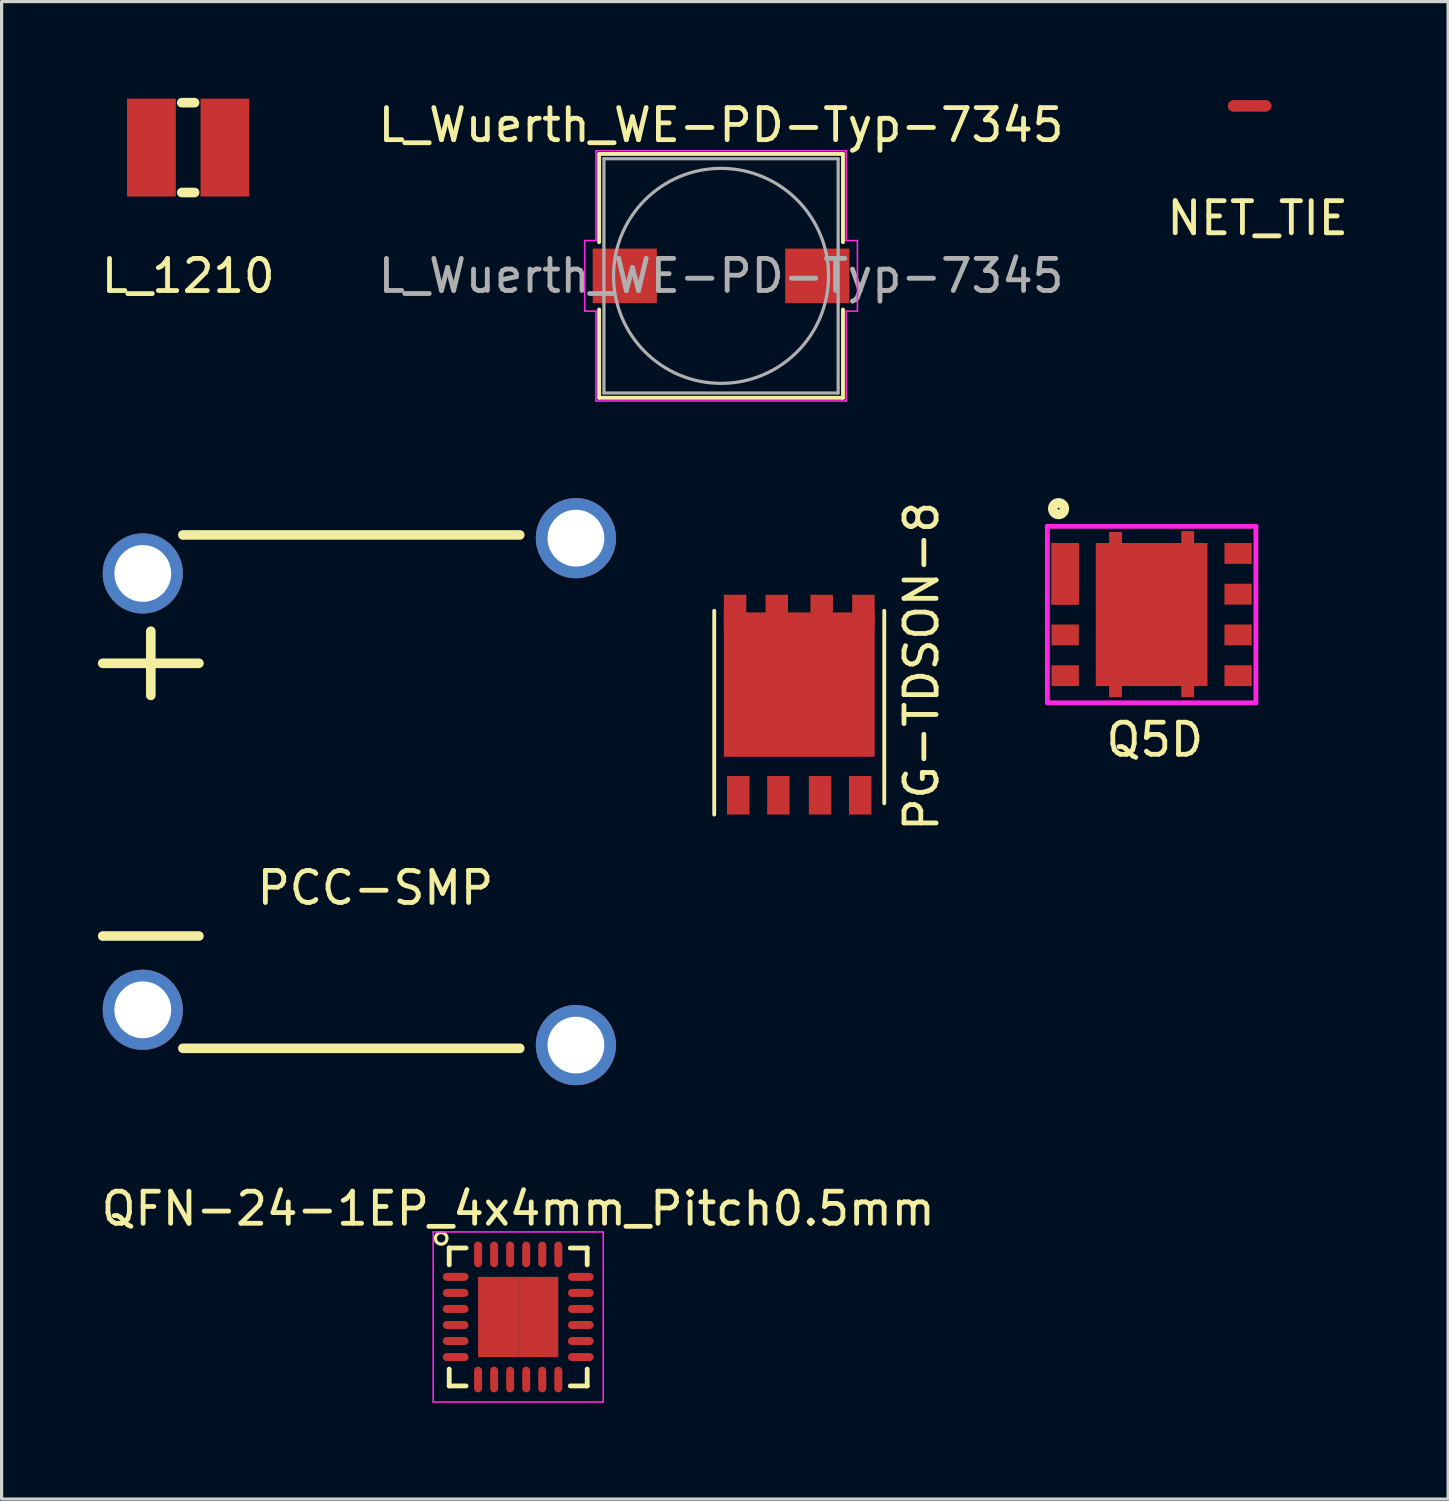
<source format=kicad_pcb>
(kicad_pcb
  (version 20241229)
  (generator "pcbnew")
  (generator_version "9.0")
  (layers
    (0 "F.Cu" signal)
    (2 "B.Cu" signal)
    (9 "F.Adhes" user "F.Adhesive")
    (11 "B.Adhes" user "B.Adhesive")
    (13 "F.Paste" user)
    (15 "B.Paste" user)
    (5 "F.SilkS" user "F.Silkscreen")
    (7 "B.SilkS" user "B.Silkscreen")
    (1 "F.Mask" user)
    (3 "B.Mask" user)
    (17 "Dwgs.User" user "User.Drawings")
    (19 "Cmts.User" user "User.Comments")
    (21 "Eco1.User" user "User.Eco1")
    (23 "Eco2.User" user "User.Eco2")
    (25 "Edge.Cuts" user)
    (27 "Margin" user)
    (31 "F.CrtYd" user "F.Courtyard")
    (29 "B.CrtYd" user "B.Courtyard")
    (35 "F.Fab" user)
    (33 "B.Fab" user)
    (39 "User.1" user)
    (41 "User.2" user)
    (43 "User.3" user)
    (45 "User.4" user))
  (footprint "PG-TDSON-8"
    (layer "F.Cu")
    (at 21.86 18.987)
    (property "Reference" "PG-TDSON-8" (at 3.81 -1.27 90) (layer "F.SilkS") (effects (font (size 1 1) (thickness 0.15))))
    (attr through_hole)
    (fp_line (start -2.65 -3) (end -2.65 3.35) (stroke (width 0.12) (type solid)) (layer "F.SilkS"))
    (fp_line (start 2.65 -3) (end 2.65 3) (stroke (width 0.12) (type solid)) (layer "F.SilkS"))
    (pad "" smd rect (at -2 -3.2) (size 0.6 0.5) (layers "F.Paste"))
    (pad "" smd rect (at -1.9 2.8) (size 0.6 1) (layers "F.Paste"))
    (pad "" smd rect (at -1.2 -1.75) (size 1.7 1.8) (layers "F.Paste"))
    (pad "" smd rect (at -1.2 0.4) (size 1.7 1.8) (layers "F.Paste"))
    (pad "" smd rect (at -0.7 -3.2) (size 0.6 0.5) (layers "F.Paste"))
    (pad "" smd rect (at -0.65 2.8) (size 0.6 1) (layers "F.Paste"))
    (pad "" smd rect (at 0.65 2.8) (size 0.6 1) (layers "F.Paste"))
    (pad "" smd rect (at 0.7 -3.2) (size 0.6 0.5) (layers "F.Paste"))
    (pad "" smd rect (at 1.2 -1.75) (size 1.7 1.8) (layers "F.Paste"))
    (pad "" smd rect (at 1.2 0.4) (size 1.7 1.8) (layers "F.Paste"))
    (pad "" smd rect (at 1.9 2.8) (size 0.6 1) (layers "F.Paste"))
    (pad "" smd rect (at 2 -3.2) (size 0.6 0.5) (layers "F.Paste"))
    (pad "D" smd rect (at -2 -3) (size 0.7 1) (layers "F.Cu" "F.Mask"))
    (pad "D" smd rect (at -0.7 -3) (size 0.7 1) (layers "F.Cu" "F.Mask"))
    (pad "D" smd rect (at 0 -0.7) (size 4.7 4.5) (layers "F.Cu" "F.Mask"))
    (pad "D" smd rect (at 0.7 -3) (size 0.7 1) (layers "F.Cu" "F.Mask"))
    (pad "D" smd rect (at 2 -3) (size 0.7 1) (layers "F.Cu" "F.Mask"))
    (pad "G" smd rect (at 1.9 2.75) (size 0.7 1.2) (layers "F.Cu" "F.Mask"))
    (pad "S" smd rect (at -1.9 2.75) (size 0.7 1.2) (layers "F.Cu" "F.Mask"))
    (pad "S" smd rect (at -0.65 2.75) (size 0.7 1.2) (layers "F.Cu" "F.Mask"))
    (pad "S" smd rect (at 0.65 2.75) (size 0.7 1.2) (layers "F.Cu" "F.Mask")))
  (footprint "L_Wuerth_WE-PD-Typ-7345"
    (layer "F.Cu")
    (at 19.423 5.548)
    (property "Reference" "L_Wuerth_WE-PD-Typ-7345" (at 0 -4.7 0) (layer "F.SilkS") (effects (font (size 1 1) (thickness 0.15))))
    (attr smd)
    (fp_line (start -3.8 -3.8) (end 3.8 -3.8) (stroke (width 0.12) (type solid)) (layer "F.SilkS"))
    (fp_line (start -3.8 -1.05) (end -3.8 -3.8) (stroke (width 0.12) (type solid)) (layer "F.SilkS"))
    (fp_line (start -3.8 3.8) (end -3.8 1.05) (stroke (width 0.12) (type solid)) (layer "F.SilkS"))
    (fp_line (start -3.8 3.8) (end 3.8 3.8) (stroke (width 0.12) (type solid)) (layer "F.SilkS"))
    (fp_line (start 3.8 -1.05) (end 3.8 -3.8) (stroke (width 0.12) (type solid)) (layer "F.SilkS"))
    (fp_line (start 3.8 3.8) (end 3.8 1.05) (stroke (width 0.12) (type solid)) (layer "F.SilkS"))
    (fp_line (start -4.25 -1.1) (end -3.9 -1.1) (stroke (width 0.05) (type solid)) (layer "F.CrtYd"))
    (fp_line (start -4.25 1.1) (end -4.25 -1.1) (stroke (width 0.05) (type solid)) (layer "F.CrtYd"))
    (fp_line (start -4.25 1.1) (end -3.9 1.1) (stroke (width 0.05) (type solid)) (layer "F.CrtYd"))
    (fp_line (start -3.9 -3.9) (end 3.9 -3.9) (stroke (width 0.05) (type solid)) (layer "F.CrtYd"))
    (fp_line (start -3.9 -1.1) (end -3.9 -3.9) (stroke (width 0.05) (type solid)) (layer "F.CrtYd"))
    (fp_line (start -3.9 3.9) (end -3.9 1.1) (stroke (width 0.05) (type solid)) (layer "F.CrtYd"))
    (fp_line (start 3.9 -1.1) (end 3.9 -3.9) (stroke (width 0.05) (type solid)) (layer "F.CrtYd"))
    (fp_line (start 3.9 -1.1) (end 4.25 -1.1) (stroke (width 0.05) (type solid)) (layer "F.CrtYd"))
    (fp_line (start 3.9 1.1) (end 4.25 1.1) (stroke (width 0.05) (type solid)) (layer "F.CrtYd"))
    (fp_line (start 3.9 3.9) (end -3.9 3.9) (stroke (width 0.05) (type solid)) (layer "F.CrtYd"))
    (fp_line (start 3.9 3.9) (end 3.9 1.1) (stroke (width 0.05) (type solid)) (layer "F.CrtYd"))
    (fp_line (start 4.25 1.1) (end 4.25 -1.1) (stroke (width 0.05) (type solid)) (layer "F.CrtYd"))
    (fp_line (start -3.65 -3.65) (end -3.65 3.65) (stroke (width 0.1) (type solid)) (layer "F.Fab"))
    (fp_line (start -3.65 3.65) (end 3.65 3.65) (stroke (width 0.1) (type solid)) (layer "F.Fab"))
    (fp_line (start 3.65 -3.65) (end -3.65 -3.65) (stroke (width 0.1) (type solid)) (layer "F.Fab"))
    (fp_line (start 3.65 3.65) (end 3.65 -3.65) (stroke (width 0.1) (type solid)) (layer "F.Fab"))
    (fp_circle (center 0 0) (end 3.35 -0.05) (stroke (width 0.1) (type solid)) (fill no) (layer "F.Fab"))
    (fp_text user "${REFERENCE}" (at 0 0 0) (layer "F.Fab") (effects (font (size 1 1) (thickness 0.15))))
    (pad "1" smd rect (at -3 0) (size 2 1.7) (layers "F.Cu" "F.Mask" "F.Paste"))
    (pad "2" smd rect (at 3 0) (size 2 1.7) (layers "F.Cu" "F.Mask" "F.Paste")))
  (footprint "QFN-24-1EP_4x4mm_Pitch0.5mm"
    (layer "F.Cu")
    (at 13.101 37.996)
    (property "Reference" "QFN-24-1EP_4x4mm_Pitch0.5mm" (at 0 -3.375 0) (layer "F.SilkS") (effects (font (size 1 1) (thickness 0.15))))
    (attr smd)
    (fp_line (start -2.15 -2.15) (end -1.625 -2.15) (stroke (width 0.15) (type solid)) (layer "F.SilkS"))
    (fp_line (start -2.15 -1.625) (end -2.15 -2.15) (stroke (width 0.15) (type solid)) (layer "F.SilkS"))
    (fp_line (start -2.15 2.15) (end -2.15 1.625) (stroke (width 0.15) (type solid)) (layer "F.SilkS"))
    (fp_line (start -2.15 2.15) (end -1.625 2.15) (stroke (width 0.15) (type solid)) (layer "F.SilkS"))
    (fp_line (start 2.15 -2.15) (end 1.625 -2.15) (stroke (width 0.15) (type solid)) (layer "F.SilkS"))
    (fp_line (start 2.15 -2.15) (end 2.15 -1.625) (stroke (width 0.15) (type solid)) (layer "F.SilkS"))
    (fp_line (start 2.15 2.15) (end 1.625 2.15) (stroke (width 0.15) (type solid)) (layer "F.SilkS"))
    (fp_line (start 2.15 2.15) (end 2.15 1.625) (stroke (width 0.15) (type solid)) (layer "F.SilkS"))
    (fp_circle (center -2.4 -2.45) (end -2.3 -2.3) (stroke (width 0.1) (type solid)) (fill no) (layer "F.SilkS"))
    (fp_line (start -2.65 -2.65) (end -2.65 2.65) (stroke (width 0.05) (type solid)) (layer "F.CrtYd"))
    (fp_line (start -2.65 -2.65) (end 2.65 -2.65) (stroke (width 0.05) (type solid)) (layer "F.CrtYd"))
    (fp_line (start -2.65 2.65) (end 2.65 2.65) (stroke (width 0.05) (type solid)) (layer "F.CrtYd"))
    (fp_line (start 2.65 -2.65) (end 2.65 2.65) (stroke (width 0.05) (type solid)) (layer "F.CrtYd"))
    (pad "1" smd oval (at -1.95 -1.25) (size 0.8 0.25) (layers "F.Cu" "F.Mask" "F.Paste"))
    (pad "2" smd oval (at -1.95 -0.75) (size 0.8 0.25) (layers "F.Cu" "F.Mask" "F.Paste"))
    (pad "3" smd oval (at -1.95 -0.25) (size 0.8 0.25) (layers "F.Cu" "F.Mask" "F.Paste"))
    (pad "4" smd oval (at -1.95 0.25) (size 0.8 0.25) (layers "F.Cu" "F.Mask" "F.Paste"))
    (pad "5" smd oval (at -1.95 0.75) (size 0.8 0.25) (layers "F.Cu" "F.Mask" "F.Paste"))
    (pad "6" smd oval (at -1.95 1.25) (size 0.8 0.25) (layers "F.Cu" "F.Mask" "F.Paste"))
    (pad "7" smd oval (at -1.25 1.95 90) (size 0.8 0.25) (layers "F.Cu" "F.Mask" "F.Paste"))
    (pad "8" smd oval (at -0.75 1.95 90) (size 0.8 0.25) (layers "F.Cu" "F.Mask" "F.Paste"))
    (pad "9" smd oval (at -0.25 1.95 90) (size 0.8 0.25) (layers "F.Cu" "F.Mask" "F.Paste"))
    (pad "10" smd oval (at 0.25 1.95 90) (size 0.8 0.25) (layers "F.Cu" "F.Mask" "F.Paste"))
    (pad "11" smd oval (at 0.75 1.95 90) (size 0.8 0.25) (layers "F.Cu" "F.Mask" "F.Paste"))
    (pad "12" smd oval (at 1.25 1.95 90) (size 0.8 0.25) (layers "F.Cu" "F.Mask" "F.Paste"))
    (pad "13" smd oval (at 1.95 1.25) (size 0.8 0.25) (layers "F.Cu" "F.Mask" "F.Paste"))
    (pad "14" smd oval (at 1.95 0.75) (size 0.8 0.25) (layers "F.Cu" "F.Mask" "F.Paste"))
    (pad "15" smd oval (at 1.95 0.25) (size 0.8 0.25) (layers "F.Cu" "F.Mask" "F.Paste"))
    (pad "16" smd oval (at 1.95 -0.25) (size 0.8 0.25) (layers "F.Cu" "F.Mask" "F.Paste"))
    (pad "17" smd oval (at 1.95 -0.75) (size 0.8 0.25) (layers "F.Cu" "F.Mask" "F.Paste"))
    (pad "18" smd oval (at 1.95 -1.25) (size 0.8 0.25) (layers "F.Cu" "F.Mask" "F.Paste"))
    (pad "19" smd oval (at 1.25 -1.95 90) (size 0.8 0.25) (layers "F.Cu" "F.Mask" "F.Paste"))
    (pad "20" smd oval (at 0.75 -1.95 90) (size 0.8 0.25) (layers "F.Cu" "F.Mask" "F.Paste"))
    (pad "21" smd oval (at 0.25 -1.95 90) (size 0.8 0.25) (layers "F.Cu" "F.Mask" "F.Paste"))
    (pad "22" smd oval (at -0.25 -1.95 90) (size 0.8 0.25) (layers "F.Cu" "F.Mask" "F.Paste"))
    (pad "23" smd oval (at -0.75 -1.95 90) (size 0.8 0.25) (layers "F.Cu" "F.Mask" "F.Paste"))
    (pad "24" smd oval (at -1.25 -1.95 90) (size 0.8 0.25) (layers "F.Cu" "F.Mask" "F.Paste"))
    (pad "25" smd rect (at -0.625 -0.625) (size 1.25 1.25) (layers "F.Cu" "F.Mask" "F.Paste"))
    (pad "25" smd rect (at -0.625 0.625) (size 1.25 1.25) (layers "F.Cu" "F.Mask" "F.Paste"))
    (pad "25" smd rect (at 0.625 -0.625) (size 1.25 1.25) (layers "F.Cu" "F.Mask" "F.Paste"))
    (pad "25" smd rect (at 0.625 0.625) (size 1.25 1.25) (layers "F.Cu" "F.Mask" "F.Paste")))
  (footprint "NET_TIE"
    (layer "F.Cu")
    (at 35.899 0.25)
    (property "Reference" "NET_TIE" (at 0.25 3.5 0) (layer "F.SilkS") (effects (font (size 1 1) (thickness 0.15))))
    (attr through_hole)
    (fp_poly (pts (xy 0.5 0.18) (xy -0.5 0.18) (xy -0.5 -0.18) (xy 0.5 -0.18)) (stroke (width 0) (type solid)) (fill yes) (layer "F.Cu"))
    (pad "1" smd circle (at 0.5 0) (size 0.36 0.36) (layers "F.Cu" "F.Mask" "F.Paste"))
    (pad "2" smd circle (at -0.5 0) (size 0.36 0.36) (layers "F.Cu" "F.Mask" "F.Paste")))
  (footprint "Q5D"
    (layer "F.Cu")
    (at 32.843 16.104)
    (property "Reference" "Q5D" (at 0.1 3.9 0) (layer "F.SilkS") (effects (font (size 1 1) (thickness 0.15))))
    (attr through_hole)
    (fp_circle (center -2.9 -3.3) (end -2.72 -3.3) (stroke (width 0.3) (type solid)) (fill no) (layer "F.SilkS"))
    (fp_line (start -3.25 -2.75) (end 3.25 -2.75) (stroke (width 0.15) (type solid)) (layer "F.CrtYd"))
    (fp_line (start -3.25 2.75) (end -3.25 -2.75) (stroke (width 0.15) (type solid)) (layer "F.CrtYd"))
    (fp_line (start 3.25 -2.75) (end 3.25 2.75) (stroke (width 0.15) (type solid)) (layer "F.CrtYd"))
    (fp_line (start 3.25 2.75) (end -3.25 2.75) (stroke (width 0.15) (type solid)) (layer "F.CrtYd"))
    (pad "" smd rect (at -0.8 1 180) (size 1.29 1.71) (layers "F.Paste"))
    (pad "" smd rect (at -0.795 -1.005 180) (size 1.29 1.71) (layers "F.Paste"))
    (pad "" smd rect (at 0.8 -1 180) (size 1.29 1.71) (layers "F.Paste"))
    (pad "" smd rect (at 0.8 1 180) (size 1.29 1.71) (layers "F.Paste"))
    (pad "1" smd rect (at -2.695 -1.27 180) (size 0.85 1.92) (layers "F.Cu" "F.Mask" "F.Paste"))
    (pad "2" smd rect (at -2.695 -1.27 180) (size 0.85 1.92) (layers "F.Cu" "F.Mask" "F.Paste"))
    (pad "3" smd rect (at -2.695 0.635 180) (size 0.85 0.65) (layers "F.Cu" "F.Mask" "F.Paste"))
    (pad "4" smd rect (at -2.695 1.905 180) (size 0.85 0.65) (layers "F.Cu" "F.Mask" "F.Paste"))
    (pad "5" smd rect (at 2.695 1.905 180) (size 0.85 0.65) (layers "F.Cu" "F.Mask" "F.Paste"))
    (pad "6" smd rect (at 2.695 0.635 180) (size 0.85 0.65) (layers "F.Cu" "F.Mask" "F.Paste"))
    (pad "7" smd rect (at 2.695 -0.635 180) (size 0.85 0.65) (layers "F.Cu" "F.Mask" "F.Paste"))
    (pad "8" smd rect (at 2.695 -1.905 180) (size 0.85 0.65) (layers "F.Cu" "F.Mask" "F.Paste"))
    (pad "9" smd rect (at -1.125 -2.375 180) (size 0.4 0.4) (layers "F.Cu" "F.Mask" "F.Paste"))
    (pad "9" smd rect (at -1.125 2.375 180) (size 0.4 0.4) (layers "F.Cu" "F.Mask" "F.Paste"))
    (pad "9" smd rect (at 0 0 180) (size 3.48 4.46) (layers "F.Cu" "F.Mask"))
    (pad "9" smd rect (at 1.125 -2.4 180) (size 0.4 0.4) (layers "F.Cu" "F.Mask" "F.Paste"))
    (pad "9" smd rect (at 1.125 2.375 180) (size 0.4 0.4) (layers "F.Cu" "F.Mask" "F.Paste")))
  (footprint "PCC-SMP"
    (layer "F.Cu")
    (at 8.15 21.623)
    (property "Reference" "PCC-SMP" (at 0.5 3 0) (layer "F.SilkS") (effects (font (size 1 1) (thickness 0.15))))
    (attr through_hole)
    (fp_line (start -8 -4) (end -5 -4) (stroke (width 0.3) (type solid)) (layer "F.SilkS"))
    (fp_line (start -8 4.5) (end -5 4.5) (stroke (width 0.3) (type solid)) (layer "F.SilkS"))
    (fp_line (start -6.5 -5) (end -6.5 -3) (stroke (width 0.3) (type solid)) (layer "F.SilkS"))
    (fp_line (start 5 -8) (end -5.5 -8) (stroke (width 0.3) (type solid)) (layer "F.SilkS"))
    (fp_line (start 5 8) (end -5.5 8) (stroke (width 0.3) (type solid)) (layer "F.SilkS"))
    (pad "" thru_hole circle (at 6.75 -7.9) (size 2.5 2.5) (drill 1.77) (layers "*.Cu" "*.Mask"))
    (pad "" thru_hole circle (at 6.75 7.9) (size 2.5 2.5) (drill 1.77) (layers "*.Cu" "*.Mask"))
    (pad "1" thru_hole circle (at -6.75 -6.8) (size 2.5 2.5) (drill 1.77) (layers "*.Cu" "*.Mask"))
    (pad "2" thru_hole circle (at -6.75 6.8) (size 2.5 2.5) (drill 1.77) (layers "*.Cu" "*.Mask")))
  (footprint "L_1210"
    (layer "F.Cu")
    (at 2.815 1.55)
    (property "Reference" "L_1210" (at 0 4 0) (layer "F.SilkS") (effects (font (size 1 1) (thickness 0.15))))
    (attr through_hole)
    (fp_line (start -0.2 -1.4) (end 0.2 -1.4) (stroke (width 0.3) (type solid)) (layer "F.SilkS"))
    (fp_line (start -0.2 1.4) (end 0.2 1.4) (stroke (width 0.3) (type solid)) (layer "F.SilkS"))
    (pad "1" smd rect (at -1.145 0) (size 1.52 3.05) (layers "F.Cu" "F.Mask" "F.Paste"))
    (pad "2" smd rect (at 1.145 0) (size 1.52 3.05) (layers "F.Cu" "F.Mask" "F.Paste")))
  (gr_rect
    (start -3 -3)
    (end 42.083 43.672)
    (stroke (width 0.1) (type default))
    (fill no)
    (layer "Edge.Cuts")))
</source>
